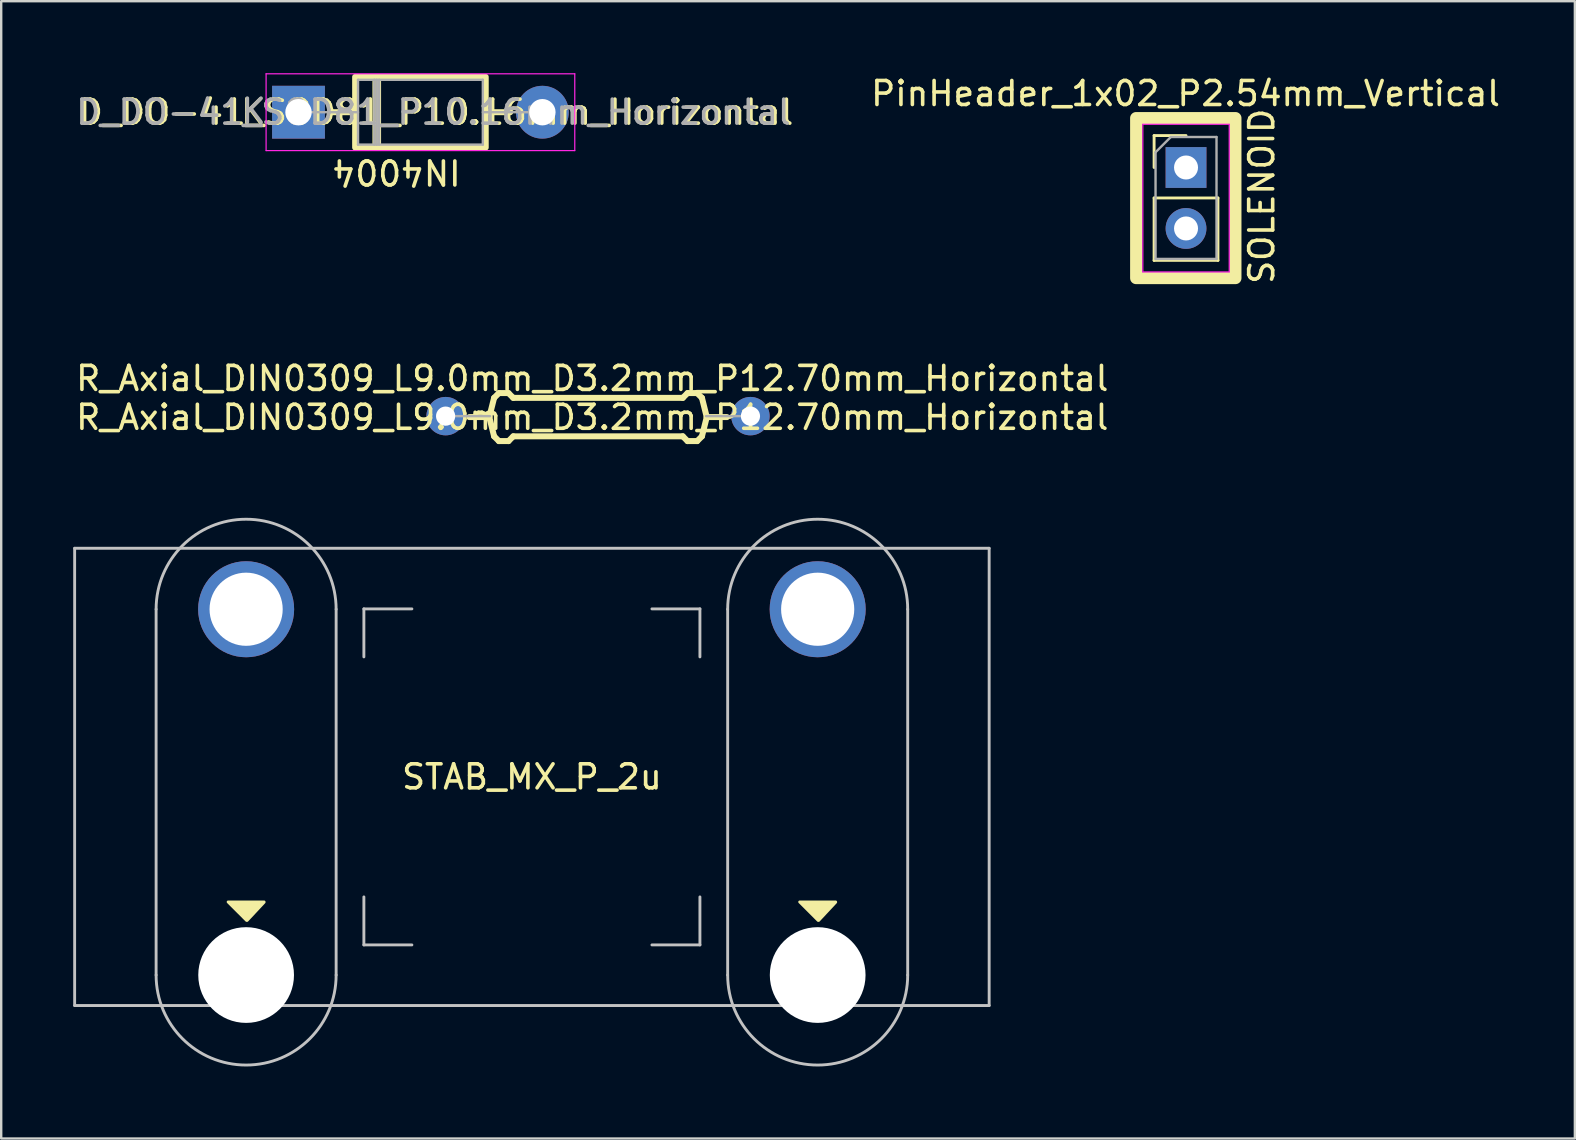
<source format=kicad_pcb>
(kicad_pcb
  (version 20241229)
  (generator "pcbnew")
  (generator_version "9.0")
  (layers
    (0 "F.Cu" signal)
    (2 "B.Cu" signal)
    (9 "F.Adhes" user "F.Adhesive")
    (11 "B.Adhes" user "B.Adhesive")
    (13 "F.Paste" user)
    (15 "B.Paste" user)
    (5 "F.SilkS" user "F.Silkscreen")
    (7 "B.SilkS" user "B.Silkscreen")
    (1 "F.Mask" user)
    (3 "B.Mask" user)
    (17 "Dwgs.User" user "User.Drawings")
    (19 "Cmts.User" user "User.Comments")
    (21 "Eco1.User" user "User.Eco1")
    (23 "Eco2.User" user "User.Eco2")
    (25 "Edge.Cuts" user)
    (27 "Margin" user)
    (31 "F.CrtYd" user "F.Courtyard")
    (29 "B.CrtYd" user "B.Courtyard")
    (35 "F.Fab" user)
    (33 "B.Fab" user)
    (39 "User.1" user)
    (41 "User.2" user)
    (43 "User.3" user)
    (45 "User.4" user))
  (footprint "PinHeader_1x02_P2.54mm_Vertical"
    (layer "F.Cu")
    (at 46.362 3.928)
    (property "Reference" "PinHeader_1x02_P2.54mm_Vertical" (at -0.02 -3.08 0) (layer "F.SilkS") (effects (font (size 1 1) (thickness 0.15))))
    (attr through_hole)
    (fp_line (start -1.33 -1.33) (end 0 -1.33) (stroke (width 0.12) (type solid)) (layer "F.SilkS"))
    (fp_line (start -1.33 0) (end -1.33 -1.33) (stroke (width 0.12) (type solid)) (layer "F.SilkS"))
    (fp_line (start -1.33 1.27) (end -1.33 3.87) (stroke (width 0.12) (type solid)) (layer "F.SilkS"))
    (fp_line (start -1.33 1.27) (end 1.33 1.27) (stroke (width 0.12) (type solid)) (layer "F.SilkS"))
    (fp_line (start -1.33 3.87) (end 1.33 3.87) (stroke (width 0.12) (type solid)) (layer "F.SilkS"))
    (fp_line (start 1.33 1.27) (end 1.33 3.87) (stroke (width 0.12) (type solid)) (layer "F.SilkS"))
    (fp_rect (start -2.08 -2.06) (end 2.06 4.61) (stroke (width 0.5) (type default)) (fill no) (layer "F.SilkS"))
    (fp_line (start -1.8 -1.8) (end -1.8 4.35) (stroke (width 0.05) (type solid)) (layer "F.CrtYd"))
    (fp_line (start -1.8 4.35) (end 1.8 4.35) (stroke (width 0.05) (type solid)) (layer "F.CrtYd"))
    (fp_line (start 1.8 -1.8) (end -1.8 -1.8) (stroke (width 0.05) (type solid)) (layer "F.CrtYd"))
    (fp_line (start 1.8 4.35) (end 1.8 -1.8) (stroke (width 0.05) (type solid)) (layer "F.CrtYd"))
    (fp_line (start -1.27 -0.635) (end -0.635 -1.27) (stroke (width 0.1) (type solid)) (layer "F.Fab"))
    (fp_line (start -1.27 3.81) (end -1.27 -0.635) (stroke (width 0.1) (type solid)) (layer "F.Fab"))
    (fp_line (start -0.635 -1.27) (end 1.27 -1.27) (stroke (width 0.1) (type solid)) (layer "F.Fab"))
    (fp_line (start 1.27 -1.27) (end 1.27 3.81) (stroke (width 0.1) (type solid)) (layer "F.Fab"))
    (fp_line (start 1.27 3.81) (end -1.27 3.81) (stroke (width 0.1) (type solid)) (layer "F.Fab"))
    (fp_text user "SOLENOID" (at 3.74 4.94 90) (unlocked yes) (layer "F.SilkS") (effects (font (size 1 1) (thickness 0.15)) (justify left bottom)))
    (pad "1" thru_hole rect (at 0 0) (size 1.7 1.7) (drill 1) (layers "*.Cu" "*.Mask"))
    (pad "2" thru_hole oval (at 0 2.54) (size 1.7 1.7) (drill 1) (layers "*.Cu" "*.Mask")))
  (footprint "STAB_MX_P_2u"
    (layer "F.Cu")
    (at 19.11 29.317)
    (property "Reference" "STAB_MX_P_2u" (at 0 0 0) (layer "F.SilkS") (effects (font (size 1 1) (thickness 0.15))))
    (attr through_hole exclude_from_pos_files exclude_from_bom)
    (fp_poly (pts (xy -11.156 5.21) (xy -12.656 5.21) (xy -11.886 5.98) (xy -11.866 5.98) (xy -11.156 5.22)) (stroke (width 0.12) (type solid)) (fill yes) (layer "F.SilkS"))
    (fp_poly (pts (xy 12.656 5.21) (xy 11.156 5.21) (xy 11.926 5.98) (xy 11.946 5.98) (xy 12.656 5.22)) (stroke (width 0.12) (type solid)) (fill yes) (layer "F.SilkS"))
    (fp_line (start -19.05 -9.525) (end -19.05 9.525) (stroke (width 0.12) (type solid)) (layer "Dwgs.User"))
    (fp_line (start -19.05 -9.525) (end 19.05 -9.525) (stroke (width 0.12) (type solid)) (layer "Dwgs.User"))
    (fp_line (start -19.05 9.525) (end 19.05 9.525) (stroke (width 0.12) (type solid)) (layer "Dwgs.User"))
    (fp_line (start -15.656 8.255) (end -15.656 -6.985) (stroke (width 0.12) (type default)) (layer "Dwgs.User"))
    (fp_line (start -8.156 -6.985) (end -8.156 8.255) (stroke (width 0.12) (type default)) (layer "Dwgs.User"))
    (fp_line (start -7 -7) (end -5 -7) (stroke (width 0.12) (type solid)) (layer "Dwgs.User"))
    (fp_line (start -7 -5) (end -7 -7) (stroke (width 0.12) (type solid)) (layer "Dwgs.User"))
    (fp_line (start -7 7) (end -7 5) (stroke (width 0.12) (type solid)) (layer "Dwgs.User"))
    (fp_line (start -5 7) (end -7 7) (stroke (width 0.12) (type solid)) (layer "Dwgs.User"))
    (fp_line (start 5 -7) (end 7 -7) (stroke (width 0.12) (type solid)) (layer "Dwgs.User"))
    (fp_line (start 5 7) (end 7 7) (stroke (width 0.12) (type solid)) (layer "Dwgs.User"))
    (fp_line (start 7 -7) (end 7 -5) (stroke (width 0.12) (type solid)) (layer "Dwgs.User"))
    (fp_line (start 7 7) (end 7 5) (stroke (width 0.12) (type solid)) (layer "Dwgs.User"))
    (fp_line (start 8.156 -6.985) (end 8.156 8.255) (stroke (width 0.12) (type default)) (layer "Dwgs.User"))
    (fp_line (start 15.656 8.255) (end 15.656 -6.985) (stroke (width 0.12) (type default)) (layer "Dwgs.User"))
    (fp_line (start 19.05 -9.525) (end 19.05 9.525) (stroke (width 0.12) (type solid)) (layer "Dwgs.User"))
    (fp_arc (start -15.65625 -6.985) (mid -11.90625 -10.735) (end -8.15625 -6.985) (stroke (width 0.12) (type default)) (layer "Dwgs.User"))
    (fp_arc (start -8.15625 8.255) (mid -11.90625 12.005) (end -15.65625 8.255) (stroke (width 0.12) (type default)) (layer "Dwgs.User"))
    (fp_arc (start 8.15625 -6.985) (mid 11.90625 -10.735) (end 15.65625 -6.985) (stroke (width 0.12) (type default)) (layer "Dwgs.User"))
    (fp_arc (start 15.65625 8.255) (mid 11.90625 12.005) (end 8.15625 8.255) (stroke (width 0.12) (type default)) (layer "Dwgs.User"))
    (fp_circle (center -11.906 -6.985) (end -12.476 -7.825) (stroke (width 0.12) (type default)) (fill no) (layer "Eco2.User"))
    (fp_circle (center -11.906 8.255) (end -12.476 7.415) (stroke (width 0.12) (type default)) (fill no) (layer "Eco2.User"))
    (fp_circle (center 11.906 -6.985) (end 11.336 -7.825) (stroke (width 0.12) (type default)) (fill no) (layer "Eco2.User"))
    (fp_circle (center 11.906 8.255) (end 11.336 7.415) (stroke (width 0.12) (type default)) (fill no) (layer "Eco2.User"))
    (fp_line (start -15.406 -5.5) (end -15.406 7.5) (stroke (width 0.05) (type solid)) (layer "User.4"))
    (fp_line (start -14.906 -6) (end -8.906 -6) (stroke (width 0.05) (type solid)) (layer "User.4"))
    (fp_line (start -14.906 8) (end -8.906 8) (stroke (width 0.05) (type solid)) (layer "User.4"))
    (fp_line (start -8.406 -5.5) (end -8.406 7.5) (stroke (width 0.05) (type solid)) (layer "User.4"))
    (fp_line (start 8.406 -5.5) (end 8.406 7.5) (stroke (width 0.05) (type solid)) (layer "User.4"))
    (fp_line (start 8.906 -6) (end 14.905 -6) (stroke (width 0.05) (type solid)) (layer "User.4"))
    (fp_line (start 8.906 8) (end 14.906 8) (stroke (width 0.05) (type solid)) (layer "User.4"))
    (fp_line (start 15.405 -5.5) (end 15.406 7.5) (stroke (width 0.05) (type solid)) (layer "User.4"))
    (fp_rect (start -15.406 -6) (end -8.406 8) (stroke (width 0.05) (type default)) (fill no) (layer "User.4"))
    (fp_rect (start 8.406 -6) (end 15.406 8) (stroke (width 0.05) (type default)) (fill no) (layer "User.4"))
    (fp_arc (start -15.40625 -5.499999) (mid -15.259803 -5.853552) (end -14.90625 -5.999999) (stroke (width 0.05) (type solid)) (layer "User.4"))
    (fp_arc (start -14.90625 8.000001) (mid -15.259803 7.853554) (end -15.40625 7.500001) (stroke (width 0.05) (type solid)) (layer "User.4"))
    (fp_arc (start -8.90625 -5.999999) (mid -8.552697 -5.853552) (end -8.40625 -5.499999) (stroke (width 0.05) (type solid)) (layer "User.4"))
    (fp_arc (start -8.40625 7.500001) (mid -8.552697 7.853554) (end -8.90625 8.000001) (stroke (width 0.05) (type solid)) (layer "User.4"))
    (fp_arc (start 8.40625 -5.499999) (mid 8.552693 -5.853571) (end 8.90625 -5.999999) (stroke (width 0.05) (type solid)) (layer "User.4"))
    (fp_arc (start 8.90625 8.000001) (mid 8.552729 7.853537) (end 8.40625 7.500001) (stroke (width 0.05) (type solid)) (layer "User.4"))
    (fp_arc (start 14.905039 -5.999999) (mid 15.258567 -5.853539) (end 15.405039 -5.499999) (stroke (width 0.05) (type solid)) (layer "User.4"))
    (fp_arc (start 15.40625 7.500001) (mid 15.259806 7.853571) (end 14.90625 8.000001) (stroke (width 0.05) (type solid)) (layer "User.4"))
    (fp_line (start -15.656 8.255) (end -15.656 -6.985) (stroke (width 0.12) (type default)) (layer "User.8"))
    (fp_line (start -15.656 8.255) (end -15.656 -6.985) (stroke (width 0.12) (type default)) (layer "User.8"))
    (fp_line (start -8.156 -6.985) (end -8.156 8.255) (stroke (width 0.12) (type default)) (layer "User.8"))
    (fp_line (start -8.156 -6.985) (end -8.156 8.255) (stroke (width 0.12) (type default)) (layer "User.8"))
    (fp_line (start 8.156 -6.985) (end 8.156 8.255) (stroke (width 0.12) (type default)) (layer "User.8"))
    (fp_line (start 8.156 -6.985) (end 8.156 8.255) (stroke (width 0.12) (type default)) (layer "User.8"))
    (fp_line (start 15.656 8.255) (end 15.656 -6.985) (stroke (width 0.12) (type default)) (layer "User.8"))
    (fp_line (start 15.656 8.255) (end 15.656 -6.985) (stroke (width 0.12) (type default)) (layer "User.8"))
    (fp_rect (start -19.05 7) (end 19.05 9.525) (stroke (width 0.12) (type default)) (fill no) (layer "User.8"))
    (fp_arc (start -15.65625 -6.985) (mid -11.90625 -10.735) (end -8.15625 -6.985) (stroke (width 0.12) (type default)) (layer "User.8"))
    (fp_arc (start -15.65625 -6.985) (mid -11.90625 -10.735) (end -8.15625 -6.985) (stroke (width 0.12) (type default)) (layer "User.8"))
    (fp_arc (start -8.15625 8.255) (mid -11.90625 12.005) (end -15.65625 8.255) (stroke (width 0.12) (type default)) (layer "User.8"))
    (fp_arc (start -8.15625 8.255) (mid -11.90625 12.005) (end -15.65625 8.255) (stroke (width 0.12) (type default)) (layer "User.8"))
    (fp_arc (start 8.15625 -6.985) (mid 11.90625 -10.735) (end 15.65625 -6.985) (stroke (width 0.12) (type default)) (layer "User.8"))
    (fp_arc (start 8.15625 -6.985) (mid 11.90625 -10.735) (end 15.65625 -6.985) (stroke (width 0.12) (type default)) (layer "User.8"))
    (fp_arc (start 15.65625 8.255) (mid 11.90625 12.005) (end 8.15625 8.255) (stroke (width 0.12) (type default)) (layer "User.8"))
    (fp_arc (start 15.65625 8.255) (mid 11.90625 12.005) (end 8.15625 8.255) (stroke (width 0.12) (type default)) (layer "User.8"))
    (pad "" thru_hole circle (at -11.906 -6.985) (size 4 4) (drill 3.048) (layers "*.Cu" "*.Mask"))
    (pad "" np_thru_hole circle (at -11.906 8.255) (size 3.988 3.988) (drill 3.988) (layers "*.Cu" "*.Mask"))
    (pad "" thru_hole circle (at 11.906 -6.985) (size 4 4) (drill 3.048) (layers "*.Cu" "*.Mask"))
    (pad "" np_thru_hole circle (at 11.906 8.255) (size 3.988 3.988) (drill 3.988) (layers "*.Cu" "*.Mask")))
  (footprint "R_Axial_DIN0309_L9.0mm_D3.2mm_P12.70mm_Horizontal"
    (layer "F.Cu")
    (at 15.515 14.287)
    (property "Reference" "R_Axial_DIN0309_L9.0mm_D3.2mm_P12.70mm_Horizontal" (at 6.11 0.05 0) (layer "F.SilkS") (effects (font (size 1 1) (thickness 0.15))))
    (property "Value" "R_Axial_DIN0309_L9.0mm_D3.2mm_P12.70mm_Horizontal" (at 6.35 2.03 0) (layer "F.Fab") (hide yes) (effects (font (size 1 1) (thickness 0.15))))
    (attr through_hole)
    (fp_line (start 0.99 0.04) (end 1.82 0.04) (stroke (width 0.25) (type solid)) (layer "F.SilkS"))
    (fp_line (start 1.82 0.04) (end 2.02 -0.76) (stroke (width 0.25) (type solid)) (layer "F.SilkS"))
    (fp_line (start 2.02 -0.76) (end 2.22 -0.96) (stroke (width 0.25) (type solid)) (layer "F.SilkS"))
    (fp_line (start 2.02 0.84) (end 1.82 0.04) (stroke (width 0.25) (type solid)) (layer "F.SilkS"))
    (fp_line (start 2.22 -0.96) (end 2.62 -0.96) (stroke (width 0.25) (type solid)) (layer "F.SilkS"))
    (fp_line (start 2.22 1.04) (end 2.02 0.84) (stroke (width 0.25) (type solid)) (layer "F.SilkS"))
    (fp_line (start 2.62 -0.96) (end 2.82 -0.76) (stroke (width 0.25) (type solid)) (layer "F.SilkS"))
    (fp_line (start 2.62 1.04) (end 2.22 1.04) (stroke (width 0.25) (type solid)) (layer "F.SilkS"))
    (fp_line (start 2.82 -0.76) (end 9.88 -0.76) (stroke (width 0.25) (type solid)) (layer "F.SilkS"))
    (fp_line (start 2.82 0.84) (end 2.62 1.04) (stroke (width 0.25) (type solid)) (layer "F.SilkS"))
    (fp_line (start 9.88 -0.76) (end 10.08 -0.96) (stroke (width 0.25) (type solid)) (layer "F.SilkS"))
    (fp_line (start 9.88 0.84) (end 2.82 0.84) (stroke (width 0.25) (type solid)) (layer "F.SilkS"))
    (fp_line (start 10.08 -0.96) (end 10.48 -0.96) (stroke (width 0.25) (type solid)) (layer "F.SilkS"))
    (fp_line (start 10.08 1.04) (end 9.88 0.84) (stroke (width 0.25) (type solid)) (layer "F.SilkS"))
    (fp_line (start 10.48 -0.96) (end 10.68 -0.76) (stroke (width 0.25) (type solid)) (layer "F.SilkS"))
    (fp_line (start 10.48 1.04) (end 10.08 1.04) (stroke (width 0.25) (type solid)) (layer "F.SilkS"))
    (fp_line (start 10.68 -0.76) (end 10.88 0.04) (stroke (width 0.25) (type solid)) (layer "F.SilkS"))
    (fp_line (start 10.68 0.84) (end 10.48 1.04) (stroke (width 0.25) (type solid)) (layer "F.SilkS"))
    (fp_line (start 10.88 0.04) (end 10.68 0.84) (stroke (width 0.25) (type solid)) (layer "F.SilkS"))
    (fp_line (start 10.88 0.04) (end 11.72 0.04) (stroke (width 0.25) (type solid)) (layer "F.SilkS"))
    (fp_rect (start -1.09 -1.16) (end 13.93 1.21) (stroke (width 0.05) (type default)) (fill no) (layer "Margin"))
    (fp_line (start 0 0) (end 1.85 0) (stroke (width 0.1) (type solid)) (layer "F.Fab"))
    (fp_line (start 12.7 0) (end 10.85 0) (stroke (width 0.1) (type solid)) (layer "F.Fab"))
    (fp_text user "${VALUE}" (at 6.11 -1.57 0) (unlocked yes) (layer "F.SilkS") (effects (font (size 1 1) (thickness 0.15))))
    (pad "1" thru_hole circle (at 0 0) (size 1.6 1.6) (drill 0.8) (layers "*.Cu" "*.Mask"))
    (pad "2" thru_hole oval (at 12.7 0) (size 1.6 1.6) (drill 0.8) (layers "*.Cu" "*.Mask")))
  (footprint "D_DO-41_SOD81_P10.16mm_Horizontal"
    (layer "F.Cu")
    (at 9.386 1.625)
    (property "Reference" "D_DO-41_SOD81_P10.16mm_Horizontal" (at 5.73 0 0) (layer "F.SilkS") (effects (font (size 1 1) (thickness 0.15))))
    (attr through_hole)
    (fp_line (start 1.34 0) (end 2.36 0) (stroke (width 0.25) (type solid)) (layer "F.SilkS"))
    (fp_line (start 3.14 -1.47) (end 3.14 1.47) (stroke (width 0.12) (type solid)) (layer "F.SilkS"))
    (fp_line (start 3.26 -1.47) (end 3.26 1.47) (stroke (width 0.12) (type solid)) (layer "F.SilkS"))
    (fp_line (start 3.38 -1.47) (end 3.38 1.47) (stroke (width 0.12) (type solid)) (layer "F.SilkS"))
    (fp_line (start 8.82 0) (end 7.8 0) (stroke (width 0.25) (type solid)) (layer "F.SilkS"))
    (fp_rect (start 2.36 -1.47) (end 7.8 1.47) (stroke (width 0.25) (type default)) (fill no) (layer "F.SilkS"))
    (fp_line (start -1.35 -1.6) (end -1.35 1.6) (stroke (width 0.05) (type solid)) (layer "F.CrtYd"))
    (fp_line (start -1.35 1.6) (end 11.51 1.6) (stroke (width 0.05) (type solid)) (layer "F.CrtYd"))
    (fp_line (start 11.51 -1.6) (end -1.35 -1.6) (stroke (width 0.05) (type solid)) (layer "F.CrtYd"))
    (fp_line (start 11.51 1.6) (end 11.51 -1.6) (stroke (width 0.05) (type solid)) (layer "F.CrtYd"))
    (fp_line (start 0 0) (end 2.48 0) (stroke (width 0.1) (type solid)) (layer "F.Fab"))
    (fp_line (start 2.48 -1.35) (end 2.48 1.35) (stroke (width 0.1) (type solid)) (layer "F.Fab"))
    (fp_line (start 2.48 1.35) (end 7.68 1.35) (stroke (width 0.1) (type solid)) (layer "F.Fab"))
    (fp_line (start 3.16 -1.35) (end 3.16 1.35) (stroke (width 0.1) (type solid)) (layer "F.Fab"))
    (fp_line (start 3.26 -1.35) (end 3.26 1.35) (stroke (width 0.1) (type solid)) (layer "F.Fab"))
    (fp_line (start 3.36 -1.35) (end 3.36 1.35) (stroke (width 0.1) (type solid)) (layer "F.Fab"))
    (fp_line (start 7.68 -1.35) (end 2.48 -1.35) (stroke (width 0.1) (type solid)) (layer "F.Fab"))
    (fp_line (start 7.68 1.35) (end 7.68 -1.35) (stroke (width 0.1) (type solid)) (layer "F.Fab"))
    (fp_line (start 10.16 0) (end 7.68 0) (stroke (width 0.1) (type solid)) (layer "F.Fab"))
    (fp_text user "K" (at -1.89 -0.02 0) (layer "F.SilkS") (effects (font (size 1 1) (thickness 0.15))))
    (fp_text user "IN4004" (at 6.85 1.9 180) (unlocked yes) (layer "F.SilkS") (effects (font (size 1 1) (thickness 0.15)) (justify left bottom)))
    (fp_text user "${REFERENCE}" (at 5.62 0 0) (layer "F.Fab") (effects (font (size 1 1) (thickness 0.15))))
    (fp_text user "K" (at -1.87 -0.04 0) (layer "F.Fab") (effects (font (size 1 1) (thickness 0.15))))
    (pad "1" thru_hole rect (at 0 0) (size 2.2 2.2) (drill 1.1) (layers "*.Cu" "*.Mask"))
    (pad "2" thru_hole oval (at 10.16 0) (size 2.2 2.2) (drill 1.1) (layers "*.Cu" "*.Mask")))
  (gr_rect
    (start -3 -3)
    (end 62.562 44.382)
    (stroke (width 0.1) (type default))
    (fill no)
    (layer "Edge.Cuts")))
</source>
